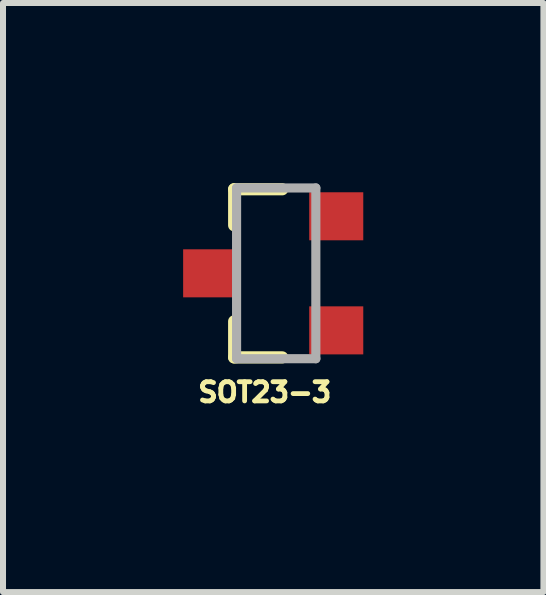
<source format=kicad_pcb>
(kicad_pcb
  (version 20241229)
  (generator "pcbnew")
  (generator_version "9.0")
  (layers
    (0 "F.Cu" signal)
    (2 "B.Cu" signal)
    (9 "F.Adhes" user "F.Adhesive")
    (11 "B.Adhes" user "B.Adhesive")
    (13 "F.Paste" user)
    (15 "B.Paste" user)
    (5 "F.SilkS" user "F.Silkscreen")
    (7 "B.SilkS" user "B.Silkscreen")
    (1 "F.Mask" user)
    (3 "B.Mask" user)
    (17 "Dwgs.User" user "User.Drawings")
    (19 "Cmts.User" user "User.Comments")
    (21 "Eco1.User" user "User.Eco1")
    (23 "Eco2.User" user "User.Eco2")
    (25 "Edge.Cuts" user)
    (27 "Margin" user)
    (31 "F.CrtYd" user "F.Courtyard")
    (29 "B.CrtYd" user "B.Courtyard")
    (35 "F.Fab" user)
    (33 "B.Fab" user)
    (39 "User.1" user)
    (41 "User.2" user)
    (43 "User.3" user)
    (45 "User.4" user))
  (footprint "SOT23-3"
    (layer "F.Cu")
    (at 1.55 1.502)
    (property "Reference" "SOT23-3" (at -0.191 1.981 0) (layer "F.SilkS") (effects (font (size 0.32 0.32) (thickness 0.15))))
    (attr smd)
    (fp_line (start -0.7 -1.4) (end 0.1 -1.4) (stroke (width 0.203) (type solid)) (layer "F.SilkS"))
    (fp_line (start -0.7 -0.8) (end -0.7 -1.4) (stroke (width 0.203) (type solid)) (layer "F.SilkS"))
    (fp_line (start -0.7 0.8) (end -0.7 1.4) (stroke (width 0.203) (type solid)) (layer "F.SilkS"))
    (fp_line (start -0.7 1.4) (end 0.1 1.4) (stroke (width 0.203) (type solid)) (layer "F.SilkS"))
    (fp_line (start -0.66 -1.422) (end 0.66 -1.422) (stroke (width 0.152) (type solid)) (layer "F.Fab"))
    (fp_line (start -0.66 1.422) (end -0.66 -1.422) (stroke (width 0.152) (type solid)) (layer "F.Fab"))
    (fp_line (start 0.66 -1.422) (end 0.66 1.422) (stroke (width 0.152) (type solid)) (layer "F.Fab"))
    (fp_line (start 0.66 1.422) (end -0.66 1.422) (stroke (width 0.152) (type solid)) (layer "F.Fab"))
    (pad "1" smd rect (at 1 0.95) (size 0.9 0.8) (layers "F.Cu" "F.Mask" "F.Paste"))
    (pad "2" smd rect (at 1 -0.95) (size 0.9 0.8) (layers "F.Cu" "F.Mask" "F.Paste"))
    (pad "3" smd rect (at -1.1 0) (size 0.9 0.8) (layers "F.Cu" "F.Mask" "F.Paste")))
  (gr_rect
    (start -3 -3)
    (end 6 6.81)
    (stroke (width 0.1) (type default))
    (fill no)
    (layer "Edge.Cuts")))
</source>
